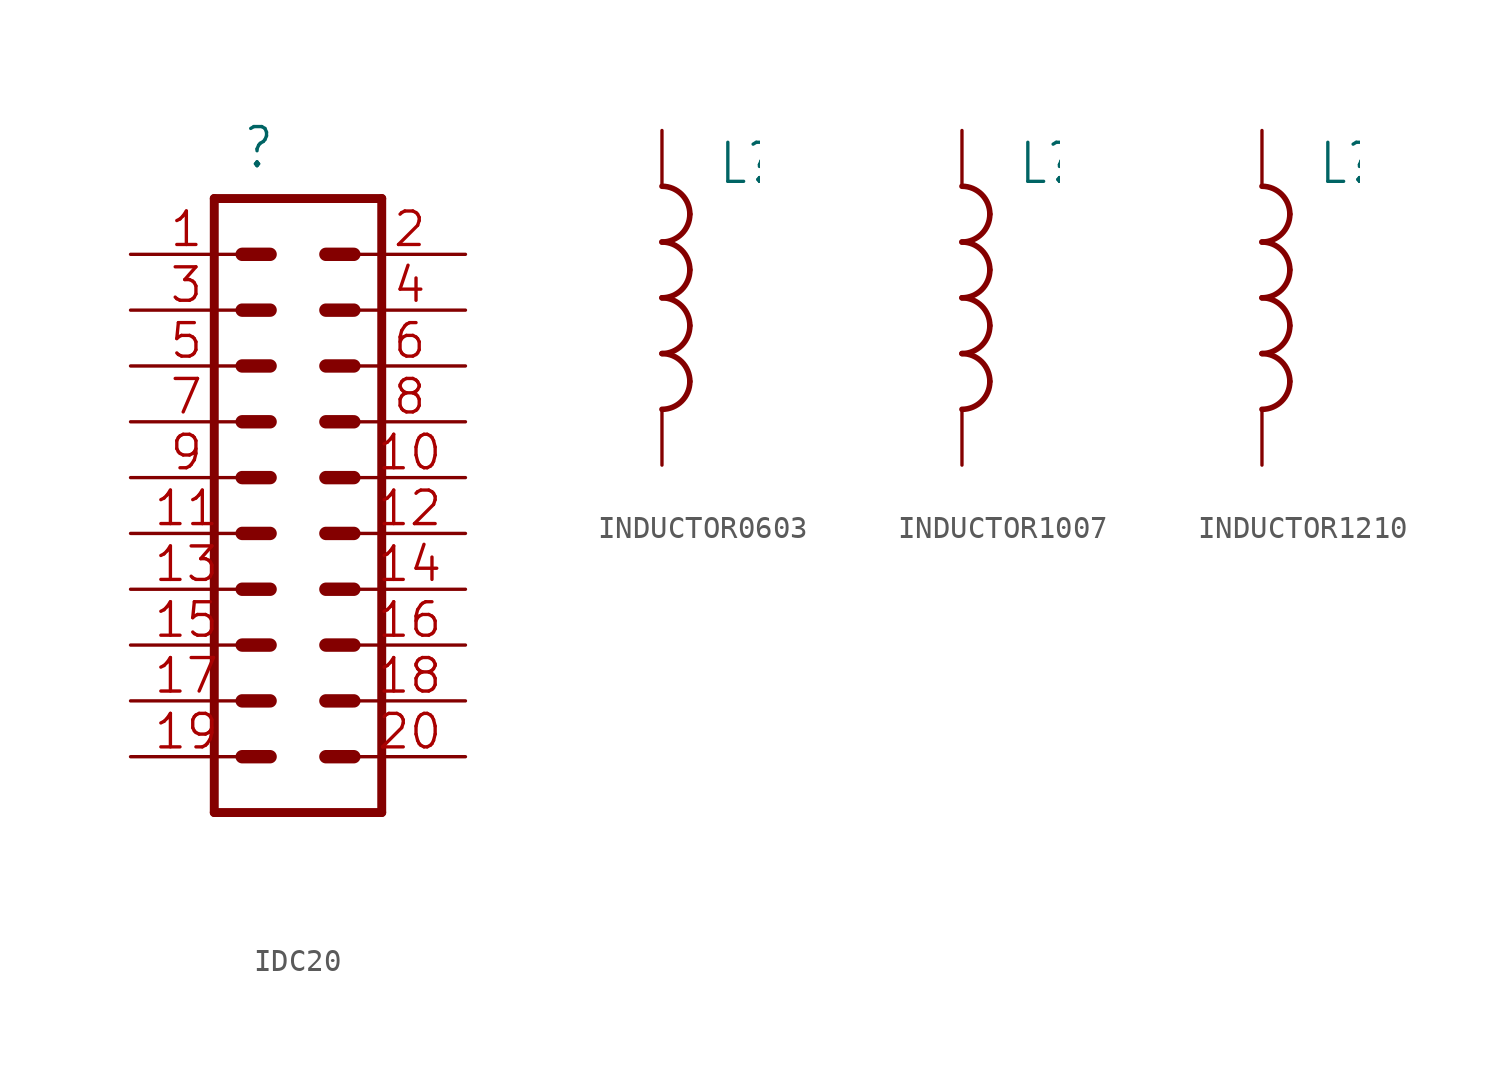
<source format=kicad_sym>
(kicad_symbol_lib
  (version 20241209)
  (generator "kicad_symbol_editor")
  (generator_version "9.0")
  (symbol "IDC20"
    (property "Reference" ""
      (at -2.54 13.97 0)
      (effects (font (size 1.778 1.511)) (justify left bottom)))
    (property "Value" ""
      (at -2.54 -17.78 0)
      (effects (font (size 1.778 1.511)) (justify left bottom)))
    (property "ki_locked" ""
      (at 0 0 0)
      (effects (font (size 1.27 1.27))))
    (symbol "IDC20_1_0"
      (polyline (pts (xy -3.81 12.7) (xy -3.81 -15.24)) (stroke (width 0.406) (type solid)) (fill (type none)))
      (polyline (pts (xy -3.81 12.7) (xy 3.81 12.7)) (stroke (width 0.406) (type solid)) (fill (type none)))
      (polyline (pts (xy -1.27 10.16) (xy -2.54 10.16)) (stroke (width 0.61) (type solid)) (fill (type none)))
      (polyline (pts (xy -1.27 7.62) (xy -2.54 7.62)) (stroke (width 0.61) (type solid)) (fill (type none)))
      (polyline (pts (xy -1.27 5.08) (xy -2.54 5.08)) (stroke (width 0.61) (type solid)) (fill (type none)))
      (polyline (pts (xy -1.27 2.54) (xy -2.54 2.54)) (stroke (width 0.61) (type solid)) (fill (type none)))
      (polyline (pts (xy -1.27 0) (xy -2.54 0)) (stroke (width 0.61) (type solid)) (fill (type none)))
      (polyline (pts (xy -1.27 -2.54) (xy -2.54 -2.54)) (stroke (width 0.61) (type solid)) (fill (type none)))
      (polyline (pts (xy -1.27 -5.08) (xy -2.54 -5.08)) (stroke (width 0.61) (type solid)) (fill (type none)))
      (polyline (pts (xy -1.27 -7.62) (xy -2.54 -7.62)) (stroke (width 0.61) (type solid)) (fill (type none)))
      (polyline (pts (xy -1.27 -10.16) (xy -2.54 -10.16)) (stroke (width 0.61) (type solid)) (fill (type none)))
      (polyline (pts (xy -1.27 -12.7) (xy -2.54 -12.7)) (stroke (width 0.61) (type solid)) (fill (type none)))
      (polyline (pts (xy 1.27 10.16) (xy 2.54 10.16)) (stroke (width 0.61) (type solid)) (fill (type none)))
      (polyline (pts (xy 1.27 7.62) (xy 2.54 7.62)) (stroke (width 0.61) (type solid)) (fill (type none)))
      (polyline (pts (xy 1.27 5.08) (xy 2.54 5.08)) (stroke (width 0.61) (type solid)) (fill (type none)))
      (polyline (pts (xy 1.27 2.54) (xy 2.54 2.54)) (stroke (width 0.61) (type solid)) (fill (type none)))
      (polyline (pts (xy 1.27 0) (xy 2.54 0)) (stroke (width 0.61) (type solid)) (fill (type none)))
      (polyline (pts (xy 1.27 -2.54) (xy 2.54 -2.54)) (stroke (width 0.61) (type solid)) (fill (type none)))
      (polyline (pts (xy 1.27 -5.08) (xy 2.54 -5.08)) (stroke (width 0.61) (type solid)) (fill (type none)))
      (polyline (pts (xy 1.27 -7.62) (xy 2.54 -7.62)) (stroke (width 0.61) (type solid)) (fill (type none)))
      (polyline (pts (xy 1.27 -10.16) (xy 2.54 -10.16)) (stroke (width 0.61) (type solid)) (fill (type none)))
      (polyline (pts (xy 1.27 -12.7) (xy 2.54 -12.7)) (stroke (width 0.61) (type solid)) (fill (type none)))
      (polyline (pts (xy 3.81 -15.24) (xy -3.81 -15.24)) (stroke (width 0.406) (type solid)) (fill (type none)))
      (polyline (pts (xy 3.81 -15.24) (xy 3.81 12.7)) (stroke (width 0.406) (type solid)) (fill (type none)))
      (pin passive line (at -7.62 10.16 0) (length 5.08) (name "1" (effects (font (size 0 0)))) (number "1" (effects (font (size 1.524 1.524)))))
      (pin passive line (at -7.62 7.62 0) (length 5.08) (name "3" (effects (font (size 0 0)))) (number "3" (effects (font (size 1.524 1.524)))))
      (pin passive line (at -7.62 5.08 0) (length 5.08) (name "5" (effects (font (size 0 0)))) (number "5" (effects (font (size 1.524 1.524)))))
      (pin passive line (at -7.62 2.54 0) (length 5.08) (name "7" (effects (font (size 0 0)))) (number "7" (effects (font (size 1.524 1.524)))))
      (pin passive line (at -7.62 0 0) (length 5.08) (name "9" (effects (font (size 0 0)))) (number "9" (effects (font (size 1.524 1.524)))))
      (pin passive line (at -7.62 -2.54 0) (length 5.08) (name "11" (effects (font (size 0 0)))) (number "11" (effects (font (size 1.524 1.524)))))
      (pin passive line (at -7.62 -5.08 0) (length 5.08) (name "13" (effects (font (size 0 0)))) (number "13" (effects (font (size 1.524 1.524)))))
      (pin passive line (at -7.62 -7.62 0) (length 5.08) (name "15" (effects (font (size 0 0)))) (number "15" (effects (font (size 1.524 1.524)))))
      (pin passive line (at -7.62 -10.16 0) (length 5.08) (name "17" (effects (font (size 0 0)))) (number "17" (effects (font (size 1.524 1.524)))))
      (pin passive line (at -7.62 -12.7 0) (length 5.08) (name "19" (effects (font (size 0 0)))) (number "19" (effects (font (size 1.524 1.524)))))
      (pin passive line (at 7.62 10.16 180) (length 5.08) (name "2" (effects (font (size 0 0)))) (number "2" (effects (font (size 1.524 1.524)))))
      (pin passive line (at 7.62 7.62 180) (length 5.08) (name "4" (effects (font (size 0 0)))) (number "4" (effects (font (size 1.524 1.524)))))
      (pin passive line (at 7.62 5.08 180) (length 5.08) (name "6" (effects (font (size 0 0)))) (number "6" (effects (font (size 1.524 1.524)))))
      (pin passive line (at 7.62 2.54 180) (length 5.08) (name "8" (effects (font (size 0 0)))) (number "8" (effects (font (size 1.524 1.524)))))
      (pin passive line (at 7.62 0 180) (length 5.08) (name "10" (effects (font (size 0 0)))) (number "10" (effects (font (size 1.524 1.524)))))
      (pin passive line (at 7.62 -2.54 180) (length 5.08) (name "12" (effects (font (size 0 0)))) (number "12" (effects (font (size 1.524 1.524)))))
      (pin passive line (at 7.62 -5.08 180) (length 5.08) (name "14" (effects (font (size 0 0)))) (number "14" (effects (font (size 1.524 1.524)))))
      (pin passive line (at 7.62 -7.62 180) (length 5.08) (name "16" (effects (font (size 0 0)))) (number "16" (effects (font (size 1.524 1.524)))))
      (pin passive line (at 7.62 -10.16 180) (length 5.08) (name "18" (effects (font (size 0 0)))) (number "18" (effects (font (size 1.524 1.524)))))
      (pin passive line (at 7.62 -12.7 180) (length 5.08) (name "20" (effects (font (size 0 0)))) (number "20" (effects (font (size 1.524 1.524)))))))
  (symbol "INDUCTOR0603"
    (property "Reference" "L"
      (at 2.54 5.08 0)
      (effects (font (size 1.778 1.511)) (justify left bottom)))
    (property "Value" ""
      (at 2.54 -5.08 0)
      (effects (font (size 1.778 1.511)) (justify left bottom)))
    (property "ki_locked" ""
      (at 0 0 0)
      (effects (font (size 1.27 1.27))))
    (symbol "INDUCTOR0603_1_0"
      (arc (start 0 5.08) (mid 0.898 4.708) (end 1.27 3.81) (stroke (width 0.254) (type solid)) (fill (type none)))
      (arc (start 1.27 3.81) (mid 0.898 2.912) (end 0 2.54) (stroke (width 0.254) (type solid)) (fill (type none)))
      (arc (start 1.27 1.27) (mid 0.898 0.372) (end 0 0) (stroke (width 0.254) (type solid)) (fill (type none)))
      (arc (start 0 2.54) (mid 0.8981 2.168) (end 1.2701 1.2699) (stroke (width 0.254) (type solid)) (fill (type none)))
      (arc (start 1.2701 -1.2699) (mid 0.8981 -2.168) (end 0 -2.54) (stroke (width 0.254) (type solid)) (fill (type none)))
      (arc (start 0 0) (mid 0.898 -0.372) (end 1.27 -1.27) (stroke (width 0.254) (type solid)) (fill (type none)))
      (arc (start 0 -2.54) (mid 0.898 -2.912) (end 1.27 -3.81) (stroke (width 0.254) (type solid)) (fill (type none)))
      (arc (start 1.27 -3.81) (mid 0.898 -4.708) (end 0 -5.08) (stroke (width 0.254) (type solid)) (fill (type none)))
      (pin passive line (at 0 7.62 270) (length 2.54) (name "1" (effects (font (size 0 0)))) (number "1" (effects (font (size 0 0)))))
      (pin passive line (at 0 -7.62 90) (length 2.54) (name "2" (effects (font (size 0 0)))) (number "2" (effects (font (size 0 0)))))))
  (symbol "INDUCTOR1007"
    (property "Reference" "L"
      (at 2.54 5.08 0)
      (effects (font (size 1.778 1.511)) (justify left bottom)))
    (property "Value" ""
      (at 2.54 -5.08 0)
      (effects (font (size 1.778 1.511)) (justify left bottom)))
    (property "ki_locked" ""
      (at 0 0 0)
      (effects (font (size 1.27 1.27))))
    (symbol "INDUCTOR1007_1_0"
      (arc (start 0 5.08) (mid 0.898 4.708) (end 1.27 3.81) (stroke (width 0.254) (type solid)) (fill (type none)))
      (arc (start 1.27 3.81) (mid 0.898 2.912) (end 0 2.54) (stroke (width 0.254) (type solid)) (fill (type none)))
      (arc (start 1.27 1.27) (mid 0.898 0.372) (end 0 0) (stroke (width 0.254) (type solid)) (fill (type none)))
      (arc (start 0 2.54) (mid 0.8981 2.168) (end 1.2701 1.2699) (stroke (width 0.254) (type solid)) (fill (type none)))
      (arc (start 1.2701 -1.2699) (mid 0.8981 -2.168) (end 0 -2.54) (stroke (width 0.254) (type solid)) (fill (type none)))
      (arc (start 0 0) (mid 0.898 -0.372) (end 1.27 -1.27) (stroke (width 0.254) (type solid)) (fill (type none)))
      (arc (start 0 -2.54) (mid 0.898 -2.912) (end 1.27 -3.81) (stroke (width 0.254) (type solid)) (fill (type none)))
      (arc (start 1.27 -3.81) (mid 0.898 -4.708) (end 0 -5.08) (stroke (width 0.254) (type solid)) (fill (type none)))
      (pin passive line (at 0 7.62 270) (length 2.54) (name "1" (effects (font (size 0 0)))) (number "1" (effects (font (size 0 0)))))
      (pin passive line (at 0 -7.62 90) (length 2.54) (name "2" (effects (font (size 0 0)))) (number "2" (effects (font (size 0 0)))))))
  (symbol "INDUCTOR1210"
    (property "Reference" "L"
      (at 2.54 5.08 0)
      (effects (font (size 1.778 1.511)) (justify left bottom)))
    (property "Value" ""
      (at 2.54 -5.08 0)
      (effects (font (size 1.778 1.511)) (justify left bottom)))
    (property "ki_locked" ""
      (at 0 0 0)
      (effects (font (size 1.27 1.27))))
    (symbol "INDUCTOR1210_1_0"
      (arc (start 0 5.08) (mid 0.898 4.708) (end 1.27 3.81) (stroke (width 0.254) (type solid)) (fill (type none)))
      (arc (start 1.27 3.81) (mid 0.898 2.912) (end 0 2.54) (stroke (width 0.254) (type solid)) (fill (type none)))
      (arc (start 1.27 1.27) (mid 0.898 0.372) (end 0 0) (stroke (width 0.254) (type solid)) (fill (type none)))
      (arc (start 0 2.54) (mid 0.8981 2.168) (end 1.2701 1.2699) (stroke (width 0.254) (type solid)) (fill (type none)))
      (arc (start 1.2701 -1.2699) (mid 0.8981 -2.168) (end 0 -2.54) (stroke (width 0.254) (type solid)) (fill (type none)))
      (arc (start 0 0) (mid 0.898 -0.372) (end 1.27 -1.27) (stroke (width 0.254) (type solid)) (fill (type none)))
      (arc (start 0 -2.54) (mid 0.898 -2.912) (end 1.27 -3.81) (stroke (width 0.254) (type solid)) (fill (type none)))
      (arc (start 1.27 -3.81) (mid 0.898 -4.708) (end 0 -5.08) (stroke (width 0.254) (type solid)) (fill (type none)))
      (pin passive line (at 0 7.62 270) (length 2.54) (name "1" (effects (font (size 0 0)))) (number "1" (effects (font (size 0 0)))))
      (pin passive line (at 0 -7.62 90) (length 2.54) (name "2" (effects (font (size 0 0)))) (number "2" (effects (font (size 0 0))))))))
</source>
